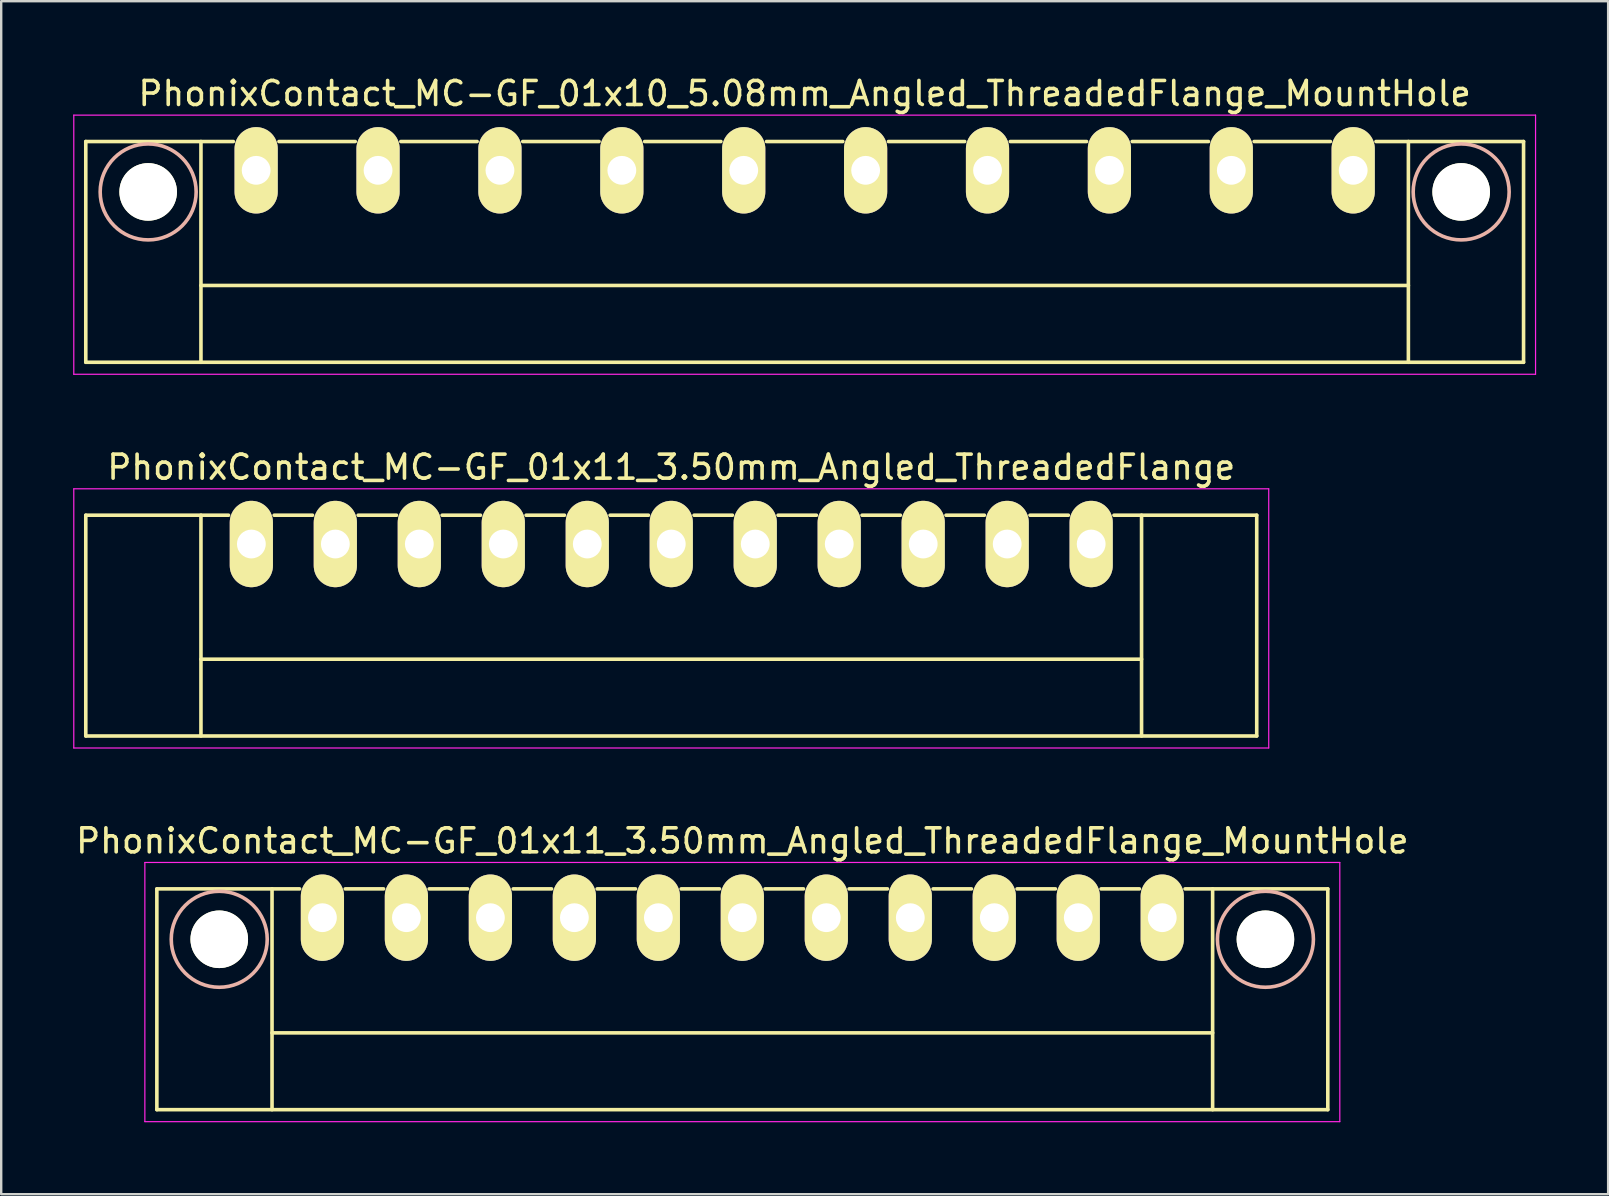
<source format=kicad_pcb>
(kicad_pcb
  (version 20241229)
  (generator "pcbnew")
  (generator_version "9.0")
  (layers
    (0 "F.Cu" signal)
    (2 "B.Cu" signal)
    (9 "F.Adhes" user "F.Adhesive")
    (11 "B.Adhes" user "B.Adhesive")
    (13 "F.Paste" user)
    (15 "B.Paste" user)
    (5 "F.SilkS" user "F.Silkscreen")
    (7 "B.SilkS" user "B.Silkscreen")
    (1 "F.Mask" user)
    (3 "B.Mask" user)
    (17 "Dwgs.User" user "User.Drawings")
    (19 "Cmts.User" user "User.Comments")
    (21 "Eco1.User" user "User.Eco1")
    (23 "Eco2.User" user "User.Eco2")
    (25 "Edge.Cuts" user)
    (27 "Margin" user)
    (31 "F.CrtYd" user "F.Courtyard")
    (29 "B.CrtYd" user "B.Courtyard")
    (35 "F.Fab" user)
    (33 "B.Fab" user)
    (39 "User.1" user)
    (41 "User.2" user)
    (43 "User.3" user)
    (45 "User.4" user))
  (footprint "PhonixContact_MC-GF_01x11_3.50mm_Angled_ThreadedFlange"
    (layer "F.Cu")
    (at 7.425 19.622)
    (property "Reference" "PhonixContact_MC-GF_01x11_3.50mm_Angled_ThreadedFlange" (at 17.5 -3.2 0) (layer "F.SilkS") (effects (font (size 1 1) (thickness 0.15))))
    (attr through_hole)
    (fp_line (start -6.9 -1.2) (end -6.9 8) (stroke (width 0.15) (type solid)) (layer "F.SilkS"))
    (fp_line (start -6.9 -1.2) (end -0.95 -1.2) (stroke (width 0.15) (type solid)) (layer "F.SilkS"))
    (fp_line (start -6.9 8) (end 41.9 8) (stroke (width 0.15) (type solid)) (layer "F.SilkS"))
    (fp_line (start -2.1 -1.2) (end -2.1 8) (stroke (width 0.15) (type solid)) (layer "F.SilkS"))
    (fp_line (start -2.1 4.8) (end 37.1 4.8) (stroke (width 0.15) (type solid)) (layer "F.SilkS"))
    (fp_line (start 0.95 -1.2) (end 2.55 -1.2) (stroke (width 0.15) (type solid)) (layer "F.SilkS"))
    (fp_line (start 4.45 -1.2) (end 6.05 -1.2) (stroke (width 0.15) (type solid)) (layer "F.SilkS"))
    (fp_line (start 7.95 -1.2) (end 9.55 -1.2) (stroke (width 0.15) (type solid)) (layer "F.SilkS"))
    (fp_line (start 11.45 -1.2) (end 13.05 -1.2) (stroke (width 0.15) (type solid)) (layer "F.SilkS"))
    (fp_line (start 14.95 -1.2) (end 16.55 -1.2) (stroke (width 0.15) (type solid)) (layer "F.SilkS"))
    (fp_line (start 18.45 -1.2) (end 20.05 -1.2) (stroke (width 0.15) (type solid)) (layer "F.SilkS"))
    (fp_line (start 21.95 -1.2) (end 23.55 -1.2) (stroke (width 0.15) (type solid)) (layer "F.SilkS"))
    (fp_line (start 25.45 -1.2) (end 27.05 -1.2) (stroke (width 0.15) (type solid)) (layer "F.SilkS"))
    (fp_line (start 28.95 -1.2) (end 30.55 -1.2) (stroke (width 0.15) (type solid)) (layer "F.SilkS"))
    (fp_line (start 32.45 -1.2) (end 34.05 -1.2) (stroke (width 0.15) (type solid)) (layer "F.SilkS"))
    (fp_line (start 37.1 -1.2) (end 37.1 8) (stroke (width 0.15) (type solid)) (layer "F.SilkS"))
    (fp_line (start 41.9 -1.2) (end 35.95 -1.2) (stroke (width 0.15) (type solid)) (layer "F.SilkS"))
    (fp_line (start 41.9 8) (end 41.9 -1.2) (stroke (width 0.15) (type solid)) (layer "F.SilkS"))
    (fp_line (start -7.4 -2.3) (end -7.4 8.5) (stroke (width 0.05) (type solid)) (layer "F.CrtYd"))
    (fp_line (start -7.4 8.5) (end 42.4 8.5) (stroke (width 0.05) (type solid)) (layer "F.CrtYd"))
    (fp_line (start 42.4 -2.3) (end -7.4 -2.3) (stroke (width 0.05) (type solid)) (layer "F.CrtYd"))
    (fp_line (start 42.4 8.5) (end 42.4 -2.3) (stroke (width 0.05) (type solid)) (layer "F.CrtYd"))
    (pad "1" thru_hole oval (at 0 0) (size 1.8 3.6) (drill 1.2) (layers "*.Cu" "*.Mask" "F.SilkS"))
    (pad "2" thru_hole oval (at 3.5 0) (size 1.8 3.6) (drill 1.2) (layers "*.Cu" "*.Mask" "F.SilkS"))
    (pad "3" thru_hole oval (at 7 0) (size 1.8 3.6) (drill 1.2) (layers "*.Cu" "*.Mask" "F.SilkS"))
    (pad "4" thru_hole oval (at 10.5 0) (size 1.8 3.6) (drill 1.2) (layers "*.Cu" "*.Mask" "F.SilkS"))
    (pad "5" thru_hole oval (at 14 0) (size 1.8 3.6) (drill 1.2) (layers "*.Cu" "*.Mask" "F.SilkS"))
    (pad "6" thru_hole oval (at 17.5 0) (size 1.8 3.6) (drill 1.2) (layers "*.Cu" "*.Mask" "F.SilkS"))
    (pad "7" thru_hole oval (at 21 0) (size 1.8 3.6) (drill 1.2) (layers "*.Cu" "*.Mask" "F.SilkS"))
    (pad "8" thru_hole oval (at 24.5 0) (size 1.8 3.6) (drill 1.2) (layers "*.Cu" "*.Mask" "F.SilkS"))
    (pad "9" thru_hole oval (at 28 0) (size 1.8 3.6) (drill 1.2) (layers "*.Cu" "*.Mask" "F.SilkS"))
    (pad "10" thru_hole oval (at 31.5 0) (size 1.8 3.6) (drill 1.2) (layers "*.Cu" "*.Mask" "F.SilkS"))
    (pad "11" thru_hole oval (at 35 0) (size 1.8 3.6) (drill 1.2) (layers "*.Cu" "*.Mask" "F.SilkS")))
  (footprint "PhonixContact_MC-GF_01x11_3.50mm_Angled_ThreadedFlange_MountHole"
    (layer "F.Cu")
    (at 10.387 35.195)
    (property "Reference" "PhonixContact_MC-GF_01x11_3.50mm_Angled_ThreadedFlange_MountHole" (at 17.5 -3.2 0) (layer "F.SilkS") (effects (font (size 1 1) (thickness 0.15))))
    (attr through_hole)
    (fp_line (start -6.9 -1.2) (end -6.9 8) (stroke (width 0.15) (type solid)) (layer "F.SilkS"))
    (fp_line (start -6.9 -1.2) (end -0.95 -1.2) (stroke (width 0.15) (type solid)) (layer "F.SilkS"))
    (fp_line (start -6.9 8) (end 41.9 8) (stroke (width 0.15) (type solid)) (layer "F.SilkS"))
    (fp_line (start -2.1 -1.2) (end -2.1 8) (stroke (width 0.15) (type solid)) (layer "F.SilkS"))
    (fp_line (start -2.1 4.8) (end 37.1 4.8) (stroke (width 0.15) (type solid)) (layer "F.SilkS"))
    (fp_line (start 0.95 -1.2) (end 2.55 -1.2) (stroke (width 0.15) (type solid)) (layer "F.SilkS"))
    (fp_line (start 4.45 -1.2) (end 6.05 -1.2) (stroke (width 0.15) (type solid)) (layer "F.SilkS"))
    (fp_line (start 7.95 -1.2) (end 9.55 -1.2) (stroke (width 0.15) (type solid)) (layer "F.SilkS"))
    (fp_line (start 11.45 -1.2) (end 13.05 -1.2) (stroke (width 0.15) (type solid)) (layer "F.SilkS"))
    (fp_line (start 14.95 -1.2) (end 16.55 -1.2) (stroke (width 0.15) (type solid)) (layer "F.SilkS"))
    (fp_line (start 18.45 -1.2) (end 20.05 -1.2) (stroke (width 0.15) (type solid)) (layer "F.SilkS"))
    (fp_line (start 21.95 -1.2) (end 23.55 -1.2) (stroke (width 0.15) (type solid)) (layer "F.SilkS"))
    (fp_line (start 25.45 -1.2) (end 27.05 -1.2) (stroke (width 0.15) (type solid)) (layer "F.SilkS"))
    (fp_line (start 28.95 -1.2) (end 30.55 -1.2) (stroke (width 0.15) (type solid)) (layer "F.SilkS"))
    (fp_line (start 32.45 -1.2) (end 34.05 -1.2) (stroke (width 0.15) (type solid)) (layer "F.SilkS"))
    (fp_line (start 37.1 -1.2) (end 37.1 8) (stroke (width 0.15) (type solid)) (layer "F.SilkS"))
    (fp_line (start 41.9 -1.2) (end 35.95 -1.2) (stroke (width 0.15) (type solid)) (layer "F.SilkS"))
    (fp_line (start 41.9 8) (end 41.9 -1.2) (stroke (width 0.15) (type solid)) (layer "F.SilkS"))
    (fp_circle (center -4.3 0.9) (end -2.3 0.9) (stroke (width 0.15) (type solid)) (fill no) (layer "B.SilkS"))
    (fp_circle (center 39.3 0.9) (end 41.3 0.9) (stroke (width 0.15) (type solid)) (fill no) (layer "B.SilkS"))
    (fp_line (start -7.4 -2.3) (end -7.4 8.5) (stroke (width 0.05) (type solid)) (layer "F.CrtYd"))
    (fp_line (start -7.4 8.5) (end 42.4 8.5) (stroke (width 0.05) (type solid)) (layer "F.CrtYd"))
    (fp_line (start 42.4 -2.3) (end -7.4 -2.3) (stroke (width 0.05) (type solid)) (layer "F.CrtYd"))
    (fp_line (start 42.4 8.5) (end 42.4 -2.3) (stroke (width 0.05) (type solid)) (layer "F.CrtYd"))
    (pad "" np_thru_hole circle (at -4.3 0.9) (size 2.4 2.4) (drill 2.4) (layers "*.Cu" "*.Mask" "F.SilkS"))
    (pad "" np_thru_hole circle (at 39.3 0.9) (size 2.4 2.4) (drill 2.4) (layers "*.Cu" "*.Mask" "F.SilkS"))
    (pad "1" thru_hole oval (at 0 0) (size 1.8 3.6) (drill 1.2) (layers "*.Cu" "*.Mask" "F.SilkS"))
    (pad "2" thru_hole oval (at 3.5 0) (size 1.8 3.6) (drill 1.2) (layers "*.Cu" "*.Mask" "F.SilkS"))
    (pad "3" thru_hole oval (at 7 0) (size 1.8 3.6) (drill 1.2) (layers "*.Cu" "*.Mask" "F.SilkS"))
    (pad "4" thru_hole oval (at 10.5 0) (size 1.8 3.6) (drill 1.2) (layers "*.Cu" "*.Mask" "F.SilkS"))
    (pad "5" thru_hole oval (at 14 0) (size 1.8 3.6) (drill 1.2) (layers "*.Cu" "*.Mask" "F.SilkS"))
    (pad "6" thru_hole oval (at 17.5 0) (size 1.8 3.6) (drill 1.2) (layers "*.Cu" "*.Mask" "F.SilkS"))
    (pad "7" thru_hole oval (at 21 0) (size 1.8 3.6) (drill 1.2) (layers "*.Cu" "*.Mask" "F.SilkS"))
    (pad "8" thru_hole oval (at 24.5 0) (size 1.8 3.6) (drill 1.2) (layers "*.Cu" "*.Mask" "F.SilkS"))
    (pad "9" thru_hole oval (at 28 0) (size 1.8 3.6) (drill 1.2) (layers "*.Cu" "*.Mask" "F.SilkS"))
    (pad "10" thru_hole oval (at 31.5 0) (size 1.8 3.6) (drill 1.2) (layers "*.Cu" "*.Mask" "F.SilkS"))
    (pad "11" thru_hole oval (at 35 0) (size 1.8 3.6) (drill 1.2) (layers "*.Cu" "*.Mask" "F.SilkS")))
  (footprint "PhonixContact_MC-GF_01x10_5.08mm_Angled_ThreadedFlange_MountHole"
    (layer "F.Cu")
    (at 7.625 4.048)
    (property "Reference" "PhonixContact_MC-GF_01x10_5.08mm_Angled_ThreadedFlange_MountHole" (at 22.86 -3.2 0) (layer "F.SilkS") (effects (font (size 1 1) (thickness 0.15))))
    (attr through_hole)
    (fp_line (start -7.1 -1.2) (end -7.1 8) (stroke (width 0.15) (type solid)) (layer "F.SilkS"))
    (fp_line (start -7.1 -1.2) (end -0.95 -1.2) (stroke (width 0.15) (type solid)) (layer "F.SilkS"))
    (fp_line (start -7.1 8) (end 52.82 8) (stroke (width 0.15) (type solid)) (layer "F.SilkS"))
    (fp_line (start -2.3 -1.2) (end -2.3 8) (stroke (width 0.15) (type solid)) (layer "F.SilkS"))
    (fp_line (start -2.3 4.8) (end 48.02 4.8) (stroke (width 0.15) (type solid)) (layer "F.SilkS"))
    (fp_line (start 0.95 -1.2) (end 4.13 -1.2) (stroke (width 0.15) (type solid)) (layer "F.SilkS"))
    (fp_line (start 6.03 -1.2) (end 9.21 -1.2) (stroke (width 0.15) (type solid)) (layer "F.SilkS"))
    (fp_line (start 11.11 -1.2) (end 14.29 -1.2) (stroke (width 0.15) (type solid)) (layer "F.SilkS"))
    (fp_line (start 16.19 -1.2) (end 19.37 -1.2) (stroke (width 0.15) (type solid)) (layer "F.SilkS"))
    (fp_line (start 21.27 -1.2) (end 24.45 -1.2) (stroke (width 0.15) (type solid)) (layer "F.SilkS"))
    (fp_line (start 26.35 -1.2) (end 29.53 -1.2) (stroke (width 0.15) (type solid)) (layer "F.SilkS"))
    (fp_line (start 31.43 -1.2) (end 34.61 -1.2) (stroke (width 0.15) (type solid)) (layer "F.SilkS"))
    (fp_line (start 36.51 -1.2) (end 39.69 -1.2) (stroke (width 0.15) (type solid)) (layer "F.SilkS"))
    (fp_line (start 41.59 -1.2) (end 44.77 -1.2) (stroke (width 0.15) (type solid)) (layer "F.SilkS"))
    (fp_line (start 48.02 -1.2) (end 48.02 8) (stroke (width 0.15) (type solid)) (layer "F.SilkS"))
    (fp_line (start 52.82 -1.2) (end 46.67 -1.2) (stroke (width 0.15) (type solid)) (layer "F.SilkS"))
    (fp_line (start 52.82 8) (end 52.82 -1.2) (stroke (width 0.15) (type solid)) (layer "F.SilkS"))
    (fp_circle (center -4.5 0.9) (end -2.5 0.9) (stroke (width 0.15) (type solid)) (fill no) (layer "B.SilkS"))
    (fp_circle (center 50.22 0.9) (end 52.22 0.9) (stroke (width 0.15) (type solid)) (fill no) (layer "B.SilkS"))
    (fp_line (start -7.6 -2.3) (end -7.6 8.5) (stroke (width 0.05) (type solid)) (layer "F.CrtYd"))
    (fp_line (start -7.6 8.5) (end 53.32 8.5) (stroke (width 0.05) (type solid)) (layer "F.CrtYd"))
    (fp_line (start 53.32 -2.3) (end -7.6 -2.3) (stroke (width 0.05) (type solid)) (layer "F.CrtYd"))
    (fp_line (start 53.32 8.5) (end 53.32 -2.3) (stroke (width 0.05) (type solid)) (layer "F.CrtYd"))
    (pad "" np_thru_hole circle (at -4.5 0.9) (size 2.4 2.4) (drill 2.4) (layers "*.Cu" "*.Mask" "F.SilkS"))
    (pad "" np_thru_hole circle (at 50.22 0.9) (size 2.4 2.4) (drill 2.4) (layers "*.Cu" "*.Mask" "F.SilkS"))
    (pad "1" thru_hole oval (at 0 0) (size 1.8 3.6) (drill 1.2) (layers "*.Cu" "*.Mask" "F.SilkS"))
    (pad "2" thru_hole oval (at 5.08 0) (size 1.8 3.6) (drill 1.2) (layers "*.Cu" "*.Mask" "F.SilkS"))
    (pad "3" thru_hole oval (at 10.16 0) (size 1.8 3.6) (drill 1.2) (layers "*.Cu" "*.Mask" "F.SilkS"))
    (pad "4" thru_hole oval (at 15.24 0) (size 1.8 3.6) (drill 1.2) (layers "*.Cu" "*.Mask" "F.SilkS"))
    (pad "5" thru_hole oval (at 20.32 0) (size 1.8 3.6) (drill 1.2) (layers "*.Cu" "*.Mask" "F.SilkS"))
    (pad "6" thru_hole oval (at 25.4 0) (size 1.8 3.6) (drill 1.2) (layers "*.Cu" "*.Mask" "F.SilkS"))
    (pad "7" thru_hole oval (at 30.48 0) (size 1.8 3.6) (drill 1.2) (layers "*.Cu" "*.Mask" "F.SilkS"))
    (pad "8" thru_hole oval (at 35.56 0) (size 1.8 3.6) (drill 1.2) (layers "*.Cu" "*.Mask" "F.SilkS"))
    (pad "9" thru_hole oval (at 40.64 0) (size 1.8 3.6) (drill 1.2) (layers "*.Cu" "*.Mask" "F.SilkS"))
    (pad "10" thru_hole oval (at 45.72 0) (size 1.8 3.6) (drill 1.2) (layers "*.Cu" "*.Mask" "F.SilkS")))
  (gr_rect
    (start -3 -3)
    (end 63.97 46.72)
    (stroke (width 0.1) (type default))
    (fill no)
    (layer "Edge.Cuts")))
</source>
